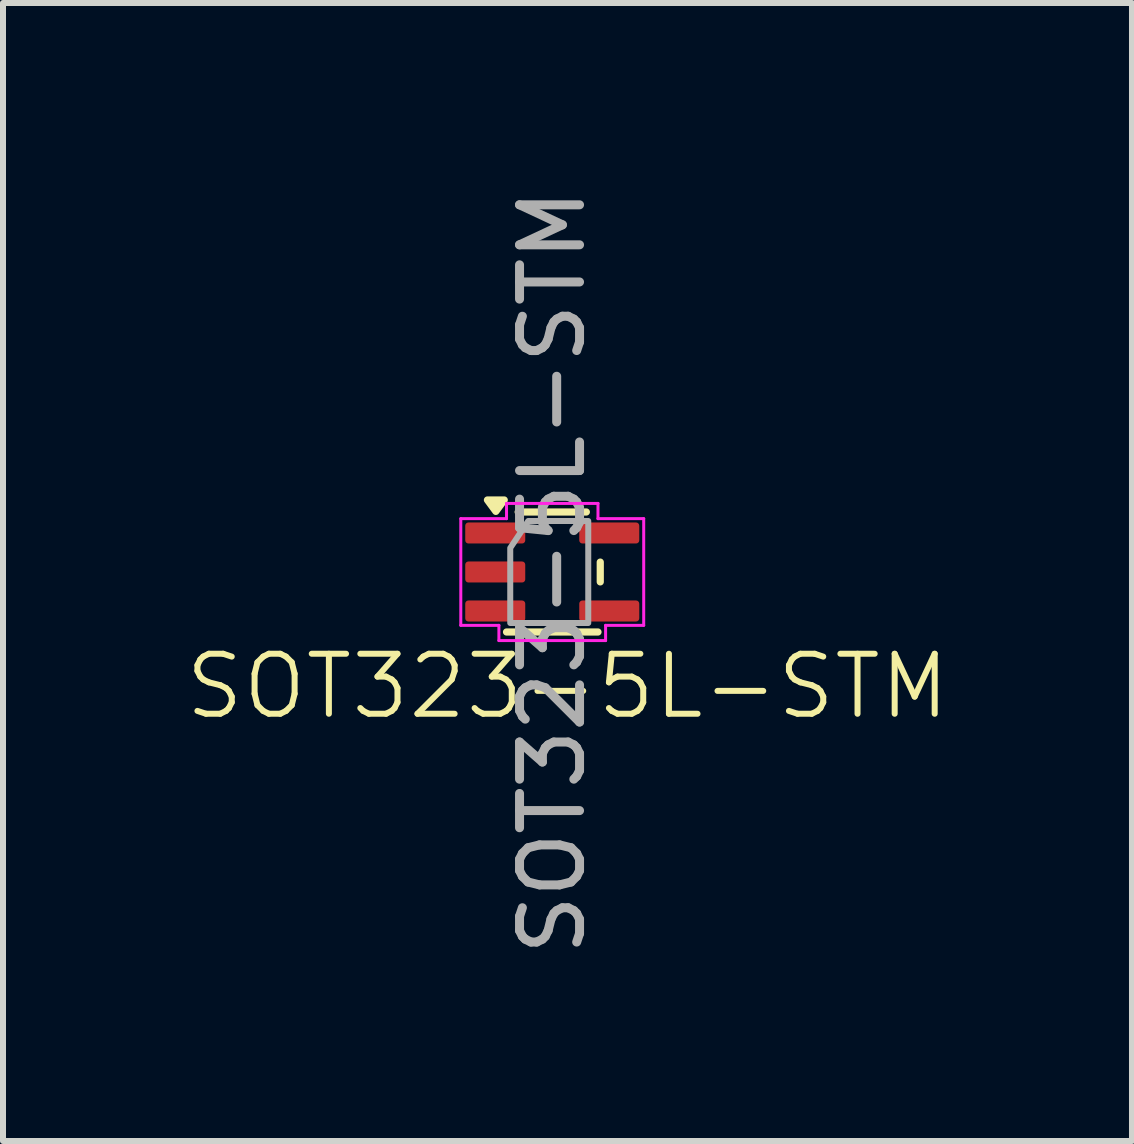
<source format=kicad_pcb>
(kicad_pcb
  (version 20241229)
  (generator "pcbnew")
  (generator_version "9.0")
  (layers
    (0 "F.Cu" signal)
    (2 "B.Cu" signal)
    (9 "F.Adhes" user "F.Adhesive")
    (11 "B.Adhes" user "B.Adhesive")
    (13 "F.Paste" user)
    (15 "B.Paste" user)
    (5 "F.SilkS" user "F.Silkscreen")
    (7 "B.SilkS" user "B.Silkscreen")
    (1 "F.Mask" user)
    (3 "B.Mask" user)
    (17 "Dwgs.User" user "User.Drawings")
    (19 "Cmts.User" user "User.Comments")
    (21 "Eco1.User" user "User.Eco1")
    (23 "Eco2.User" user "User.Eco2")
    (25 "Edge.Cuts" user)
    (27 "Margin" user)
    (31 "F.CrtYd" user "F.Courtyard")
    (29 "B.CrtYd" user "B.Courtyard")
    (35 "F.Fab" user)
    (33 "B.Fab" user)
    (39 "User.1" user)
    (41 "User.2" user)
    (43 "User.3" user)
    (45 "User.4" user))
  (footprint "SOT323-5L-STM"
    (layer "F.Cu")
    (at 6.153 6.482)
    (property "Reference" "SOT323-5L-STM" (at 0.254 1.905 0) (unlocked yes) (layer "F.SilkS") (effects (font (size 1 1) (thickness 0.1))))
    (attr smd)
    (fp_line (start -0.568 -1) (end 0.568 -1) (stroke (width 0.12) (type solid)) (layer "F.SilkS"))
    (fp_line (start 0.762 1) (end -0.762 1) (stroke (width 0.12) (type solid)) (layer "F.SilkS"))
    (fp_line (start 0.8 -0.165) (end 0.8 0.165) (stroke (width 0.12) (type solid)) (layer "F.SilkS"))
    (fp_poly (pts (xy -0.94 -1.01) (xy -1.08 -1.2) (xy -0.8 -1.2)) (stroke (width 0.12) (type solid)) (fill yes) (layer "F.SilkS"))
    (fp_line (start -1.524 -0.889) (end -1.524 0.889) (stroke (width 0.05) (type default)) (layer "F.CrtYd"))
    (fp_line (start -1.524 0.889) (end -0.889 0.889) (stroke (width 0.05) (type default)) (layer "F.CrtYd"))
    (fp_line (start -0.889 0.889) (end -0.889 1.143) (stroke (width 0.05) (type default)) (layer "F.CrtYd"))
    (fp_line (start -0.889 1.143) (end 0.889 1.143) (stroke (width 0.05) (type default)) (layer "F.CrtYd"))
    (fp_line (start -0.762 -1.143) (end -0.762 -0.889) (stroke (width 0.05) (type default)) (layer "F.CrtYd"))
    (fp_line (start -0.762 -0.889) (end -1.524 -0.889) (stroke (width 0.05) (type default)) (layer "F.CrtYd"))
    (fp_line (start 0.762 -1.143) (end -0.762 -1.143) (stroke (width 0.05) (type default)) (layer "F.CrtYd"))
    (fp_line (start 0.762 -0.889) (end 0.762 -1.143) (stroke (width 0.05) (type default)) (layer "F.CrtYd"))
    (fp_line (start 0.889 0.889) (end 1.524 0.889) (stroke (width 0.05) (type default)) (layer "F.CrtYd"))
    (fp_line (start 0.889 1.143) (end 0.889 0.889) (stroke (width 0.05) (type default)) (layer "F.CrtYd"))
    (fp_line (start 1.524 -0.889) (end 0.762 -0.889) (stroke (width 0.05) (type default)) (layer "F.CrtYd"))
    (fp_line (start 1.524 0.889) (end 1.524 -0.889) (stroke (width 0.05) (type default)) (layer "F.CrtYd"))
    (fp_poly (pts (xy -0.7 -0.4) (xy -0.7 0.85) (xy 0.6 0.85) (xy 0.6 -0.85) (xy -0.4 -0.85)) (stroke (width 0.1) (type solid)) (fill no) (layer "F.Fab"))
    (fp_text user "${REFERENCE}" (at 0 0 90) (unlocked yes) (layer "F.Fab") (effects (font (size 1 1) (thickness 0.15))))
    (pad "1" smd roundrect (at -0.95 -0.65) (size 1 0.35) (layers "F.Cu" "F.Mask" "F.Paste") (roundrect_rratio 0.15))
    (pad "2" smd roundrect (at -0.95 0) (size 1 0.35) (layers "F.Cu" "F.Mask" "F.Paste") (roundrect_rratio 0.15))
    (pad "3" smd roundrect (at -0.95 0.65) (size 1 0.35) (layers "F.Cu" "F.Mask" "F.Paste") (roundrect_rratio 0.15))
    (pad "4" smd roundrect (at 0.95 0.65) (size 1 0.35) (layers "F.Cu" "F.Mask" "F.Paste") (roundrect_rratio 0.15))
    (pad "5" smd roundrect (at 0.95 -0.65) (size 1 0.35) (layers "F.Cu" "F.Mask" "F.Paste") (roundrect_rratio 0.15)))
  (gr_rect
    (start -3 -3)
    (end 15.814 15.964)
    (stroke (width 0.1) (type default))
    (fill no)
    (layer "Edge.Cuts")))
</source>
